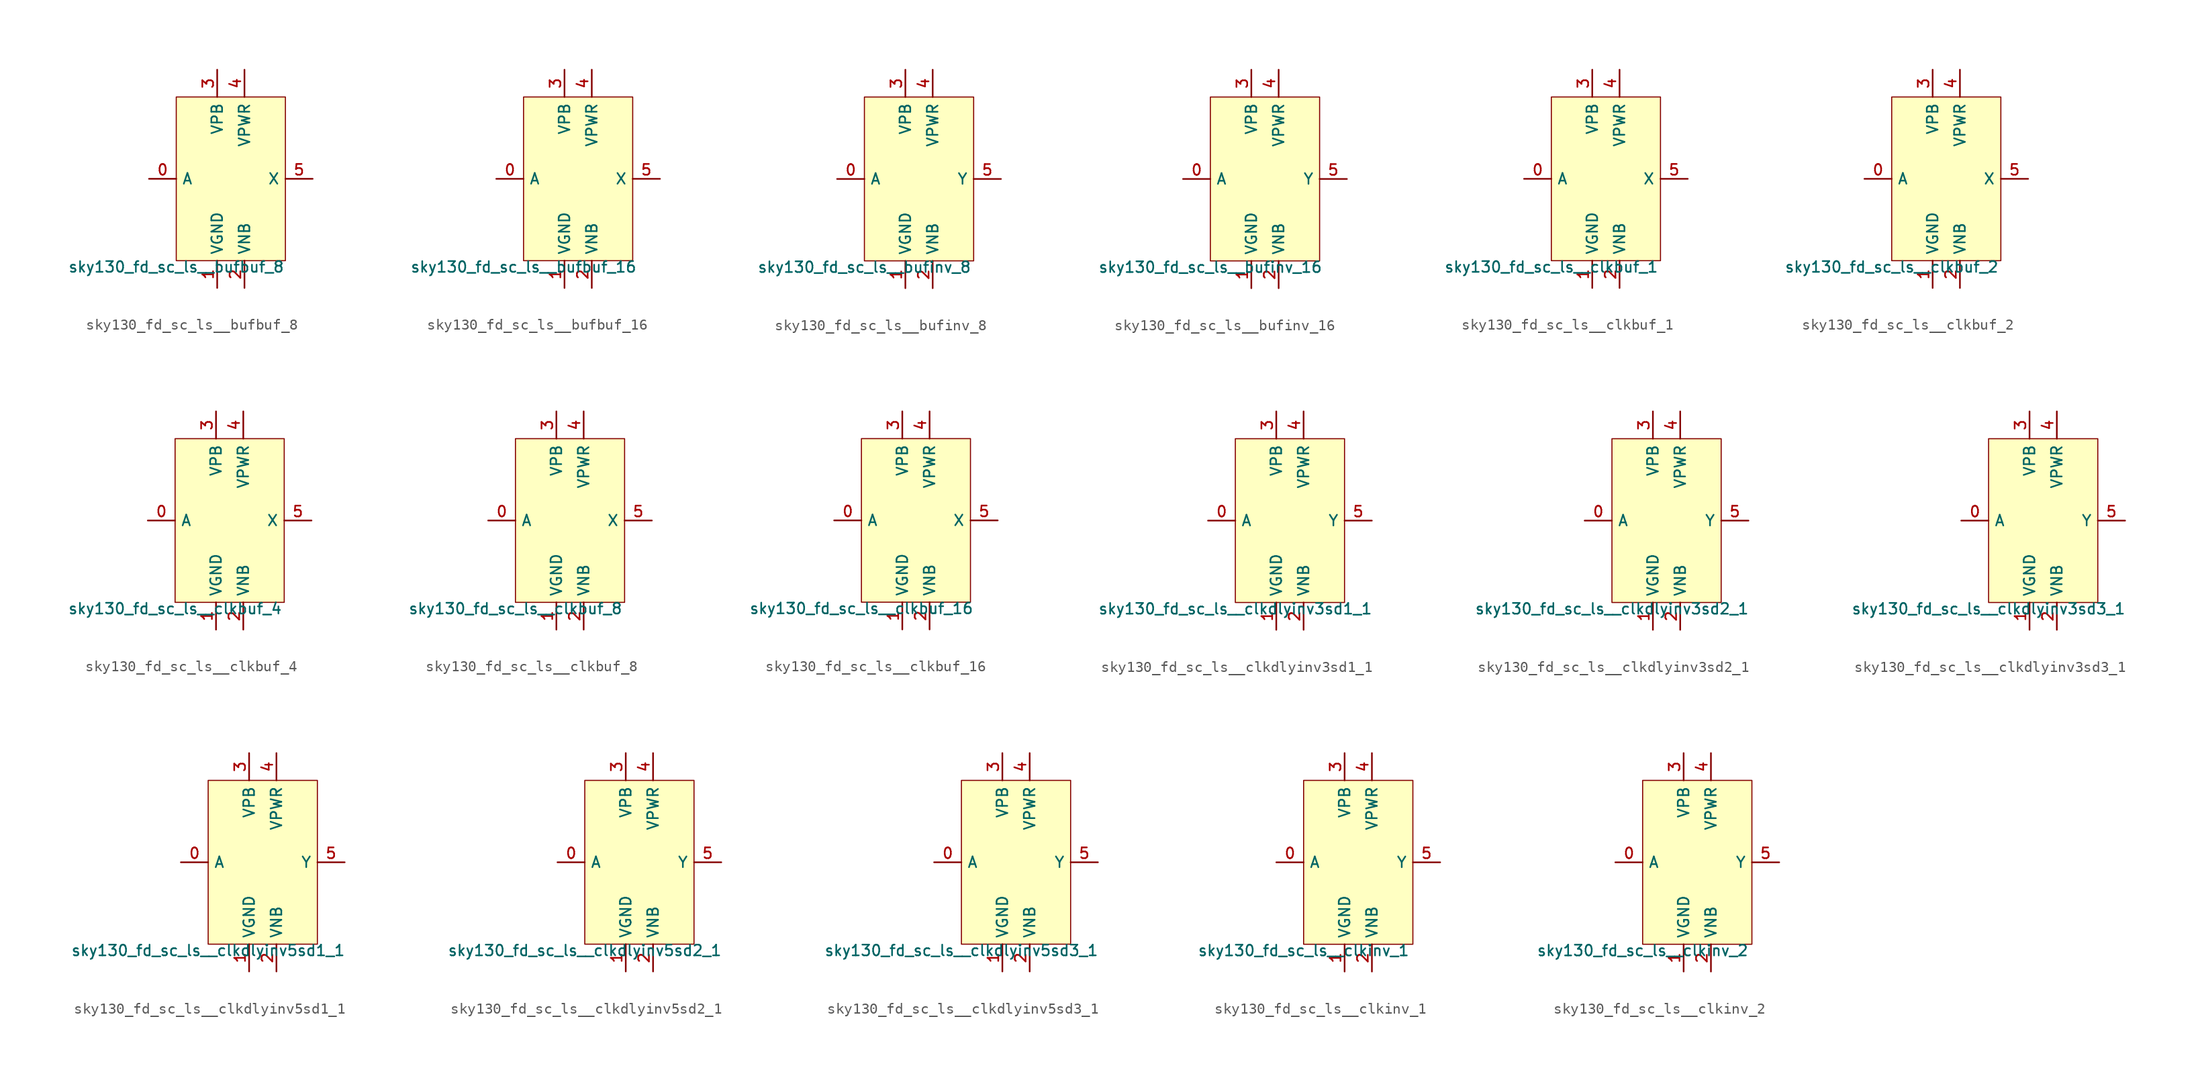
<source format=kicad_sym>
(kicad_symbol_lib
  (version 20211014)
  (generator lef2kicad_sym)
  (symbol "sky130_fd_sc_ls__bufbuf_8"
    (property "Reference" "X"
      (at 0 0 0)
      (effects (font (size 1 1)) hide))
    (property "Value" "sky130_fd_sc_ls__bufbuf_8"
      (at -5.08 -7.62 0)
      (effects (font (size 1 1)) (justify top)))
    (rectangle
      (start -5.08 -7.62)
      (end 5.08 7.62)
      (stroke (width 0.1) (type solid) (color 0 0 0 0))
      (fill (type background)))
    (pin input line
      (at -7.62 0.0 0)
      (length 2.54)
      (name "A" (effects (font (size 1 1)) hide))
      (number "0" (effects (font (size 1 1)) hide)))
    (pin power_in line
      (at -1.27 -10.16 90)
      (length 2.54)
      (name "VGND" (effects (font (size 1 1)) hide))
      (number "1" (effects (font (size 1 1)) hide)))
    (pin power_in line
      (at 1.27 -10.16 90)
      (length 2.54)
      (name "VNB" (effects (font (size 1 1)) hide))
      (number "2" (effects (font (size 1 1)) hide)))
    (pin power_in line
      (at -1.27 10.16 270)
      (length 2.54)
      (name "VPB" (effects (font (size 1 1)) hide))
      (number "3" (effects (font (size 1 1)) hide)))
    (pin power_in line
      (at 1.27 10.16 270)
      (length 2.54)
      (name "VPWR" (effects (font (size 1 1)) hide))
      (number "4" (effects (font (size 1 1)) hide)))
    (pin output line
      (at 7.62 0.0 180)
      (length 2.54)
      (name "X" (effects (font (size 1 1)) hide))
      (number "5" (effects (font (size 1 1)) hide))))
  (symbol "sky130_fd_sc_ls__bufbuf_16"
    (property "Reference" "X"
      (at 0 0 0)
      (effects (font (size 1 1)) hide))
    (property "Value" "sky130_fd_sc_ls__bufbuf_16"
      (at -5.08 -7.62 0)
      (effects (font (size 1 1)) (justify top)))
    (rectangle
      (start -5.08 -7.62)
      (end 5.08 7.62)
      (stroke (width 0.1) (type solid) (color 0 0 0 0))
      (fill (type background)))
    (pin input line
      (at -7.62 0.0 0)
      (length 2.54)
      (name "A" (effects (font (size 1 1)) hide))
      (number "0" (effects (font (size 1 1)) hide)))
    (pin power_in line
      (at -1.27 -10.16 90)
      (length 2.54)
      (name "VGND" (effects (font (size 1 1)) hide))
      (number "1" (effects (font (size 1 1)) hide)))
    (pin power_in line
      (at 1.27 -10.16 90)
      (length 2.54)
      (name "VNB" (effects (font (size 1 1)) hide))
      (number "2" (effects (font (size 1 1)) hide)))
    (pin power_in line
      (at -1.27 10.16 270)
      (length 2.54)
      (name "VPB" (effects (font (size 1 1)) hide))
      (number "3" (effects (font (size 1 1)) hide)))
    (pin power_in line
      (at 1.27 10.16 270)
      (length 2.54)
      (name "VPWR" (effects (font (size 1 1)) hide))
      (number "4" (effects (font (size 1 1)) hide)))
    (pin output line
      (at 7.62 0.0 180)
      (length 2.54)
      (name "X" (effects (font (size 1 1)) hide))
      (number "5" (effects (font (size 1 1)) hide))))
  (symbol "sky130_fd_sc_ls__bufinv_8"
    (property "Reference" "X"
      (at 0 0 0)
      (effects (font (size 1 1)) hide))
    (property "Value" "sky130_fd_sc_ls__bufinv_8"
      (at -5.08 -7.62 0)
      (effects (font (size 1 1)) (justify top)))
    (rectangle
      (start -5.08 -7.62)
      (end 5.08 7.62)
      (stroke (width 0.1) (type solid) (color 0 0 0 0))
      (fill (type background)))
    (pin input line
      (at -7.62 0.0 0)
      (length 2.54)
      (name "A" (effects (font (size 1 1)) hide))
      (number "0" (effects (font (size 1 1)) hide)))
    (pin power_in line
      (at -1.27 -10.16 90)
      (length 2.54)
      (name "VGND" (effects (font (size 1 1)) hide))
      (number "1" (effects (font (size 1 1)) hide)))
    (pin power_in line
      (at 1.27 -10.16 90)
      (length 2.54)
      (name "VNB" (effects (font (size 1 1)) hide))
      (number "2" (effects (font (size 1 1)) hide)))
    (pin power_in line
      (at -1.27 10.16 270)
      (length 2.54)
      (name "VPB" (effects (font (size 1 1)) hide))
      (number "3" (effects (font (size 1 1)) hide)))
    (pin power_in line
      (at 1.27 10.16 270)
      (length 2.54)
      (name "VPWR" (effects (font (size 1 1)) hide))
      (number "4" (effects (font (size 1 1)) hide)))
    (pin output line
      (at 7.62 0.0 180)
      (length 2.54)
      (name "Y" (effects (font (size 1 1)) hide))
      (number "5" (effects (font (size 1 1)) hide))))
  (symbol "sky130_fd_sc_ls__bufinv_16"
    (property "Reference" "X"
      (at 0 0 0)
      (effects (font (size 1 1)) hide))
    (property "Value" "sky130_fd_sc_ls__bufinv_16"
      (at -5.08 -7.62 0)
      (effects (font (size 1 1)) (justify top)))
    (rectangle
      (start -5.08 -7.62)
      (end 5.08 7.62)
      (stroke (width 0.1) (type solid) (color 0 0 0 0))
      (fill (type background)))
    (pin input line
      (at -7.62 0.0 0)
      (length 2.54)
      (name "A" (effects (font (size 1 1)) hide))
      (number "0" (effects (font (size 1 1)) hide)))
    (pin power_in line
      (at -1.27 -10.16 90)
      (length 2.54)
      (name "VGND" (effects (font (size 1 1)) hide))
      (number "1" (effects (font (size 1 1)) hide)))
    (pin power_in line
      (at 1.27 -10.16 90)
      (length 2.54)
      (name "VNB" (effects (font (size 1 1)) hide))
      (number "2" (effects (font (size 1 1)) hide)))
    (pin power_in line
      (at -1.27 10.16 270)
      (length 2.54)
      (name "VPB" (effects (font (size 1 1)) hide))
      (number "3" (effects (font (size 1 1)) hide)))
    (pin power_in line
      (at 1.27 10.16 270)
      (length 2.54)
      (name "VPWR" (effects (font (size 1 1)) hide))
      (number "4" (effects (font (size 1 1)) hide)))
    (pin output line
      (at 7.62 0.0 180)
      (length 2.54)
      (name "Y" (effects (font (size 1 1)) hide))
      (number "5" (effects (font (size 1 1)) hide))))
  (symbol "sky130_fd_sc_ls__clkbuf_1"
    (property "Reference" "X"
      (at 0 0 0)
      (effects (font (size 1 1)) hide))
    (property "Value" "sky130_fd_sc_ls__clkbuf_1"
      (at -5.08 -7.62 0)
      (effects (font (size 1 1)) (justify top)))
    (rectangle
      (start -5.08 -7.62)
      (end 5.08 7.62)
      (stroke (width 0.1) (type solid) (color 0 0 0 0))
      (fill (type background)))
    (pin input line
      (at -7.62 0.0 0)
      (length 2.54)
      (name "A" (effects (font (size 1 1)) hide))
      (number "0" (effects (font (size 1 1)) hide)))
    (pin power_in line
      (at -1.27 -10.16 90)
      (length 2.54)
      (name "VGND" (effects (font (size 1 1)) hide))
      (number "1" (effects (font (size 1 1)) hide)))
    (pin power_in line
      (at 1.27 -10.16 90)
      (length 2.54)
      (name "VNB" (effects (font (size 1 1)) hide))
      (number "2" (effects (font (size 1 1)) hide)))
    (pin power_in line
      (at -1.27 10.16 270)
      (length 2.54)
      (name "VPB" (effects (font (size 1 1)) hide))
      (number "3" (effects (font (size 1 1)) hide)))
    (pin power_in line
      (at 1.27 10.16 270)
      (length 2.54)
      (name "VPWR" (effects (font (size 1 1)) hide))
      (number "4" (effects (font (size 1 1)) hide)))
    (pin output line
      (at 7.62 0.0 180)
      (length 2.54)
      (name "X" (effects (font (size 1 1)) hide))
      (number "5" (effects (font (size 1 1)) hide))))
  (symbol "sky130_fd_sc_ls__clkbuf_2"
    (property "Reference" "X"
      (at 0 0 0)
      (effects (font (size 1 1)) hide))
    (property "Value" "sky130_fd_sc_ls__clkbuf_2"
      (at -5.08 -7.62 0)
      (effects (font (size 1 1)) (justify top)))
    (rectangle
      (start -5.08 -7.62)
      (end 5.08 7.62)
      (stroke (width 0.1) (type solid) (color 0 0 0 0))
      (fill (type background)))
    (pin input line
      (at -7.62 0.0 0)
      (length 2.54)
      (name "A" (effects (font (size 1 1)) hide))
      (number "0" (effects (font (size 1 1)) hide)))
    (pin power_in line
      (at -1.27 -10.16 90)
      (length 2.54)
      (name "VGND" (effects (font (size 1 1)) hide))
      (number "1" (effects (font (size 1 1)) hide)))
    (pin power_in line
      (at 1.27 -10.16 90)
      (length 2.54)
      (name "VNB" (effects (font (size 1 1)) hide))
      (number "2" (effects (font (size 1 1)) hide)))
    (pin power_in line
      (at -1.27 10.16 270)
      (length 2.54)
      (name "VPB" (effects (font (size 1 1)) hide))
      (number "3" (effects (font (size 1 1)) hide)))
    (pin power_in line
      (at 1.27 10.16 270)
      (length 2.54)
      (name "VPWR" (effects (font (size 1 1)) hide))
      (number "4" (effects (font (size 1 1)) hide)))
    (pin output line
      (at 7.62 0.0 180)
      (length 2.54)
      (name "X" (effects (font (size 1 1)) hide))
      (number "5" (effects (font (size 1 1)) hide))))
  (symbol "sky130_fd_sc_ls__clkbuf_4"
    (property "Reference" "X"
      (at 0 0 0)
      (effects (font (size 1 1)) hide))
    (property "Value" "sky130_fd_sc_ls__clkbuf_4"
      (at -5.08 -7.62 0)
      (effects (font (size 1 1)) (justify top)))
    (rectangle
      (start -5.08 -7.62)
      (end 5.08 7.62)
      (stroke (width 0.1) (type solid) (color 0 0 0 0))
      (fill (type background)))
    (pin input line
      (at -7.62 0.0 0)
      (length 2.54)
      (name "A" (effects (font (size 1 1)) hide))
      (number "0" (effects (font (size 1 1)) hide)))
    (pin power_in line
      (at -1.27 -10.16 90)
      (length 2.54)
      (name "VGND" (effects (font (size 1 1)) hide))
      (number "1" (effects (font (size 1 1)) hide)))
    (pin power_in line
      (at 1.27 -10.16 90)
      (length 2.54)
      (name "VNB" (effects (font (size 1 1)) hide))
      (number "2" (effects (font (size 1 1)) hide)))
    (pin power_in line
      (at -1.27 10.16 270)
      (length 2.54)
      (name "VPB" (effects (font (size 1 1)) hide))
      (number "3" (effects (font (size 1 1)) hide)))
    (pin power_in line
      (at 1.27 10.16 270)
      (length 2.54)
      (name "VPWR" (effects (font (size 1 1)) hide))
      (number "4" (effects (font (size 1 1)) hide)))
    (pin output line
      (at 7.62 0.0 180)
      (length 2.54)
      (name "X" (effects (font (size 1 1)) hide))
      (number "5" (effects (font (size 1 1)) hide))))
  (symbol "sky130_fd_sc_ls__clkbuf_8"
    (property "Reference" "X"
      (at 0 0 0)
      (effects (font (size 1 1)) hide))
    (property "Value" "sky130_fd_sc_ls__clkbuf_8"
      (at -5.08 -7.62 0)
      (effects (font (size 1 1)) (justify top)))
    (rectangle
      (start -5.08 -7.62)
      (end 5.08 7.62)
      (stroke (width 0.1) (type solid) (color 0 0 0 0))
      (fill (type background)))
    (pin input line
      (at -7.62 0.0 0)
      (length 2.54)
      (name "A" (effects (font (size 1 1)) hide))
      (number "0" (effects (font (size 1 1)) hide)))
    (pin power_in line
      (at -1.27 -10.16 90)
      (length 2.54)
      (name "VGND" (effects (font (size 1 1)) hide))
      (number "1" (effects (font (size 1 1)) hide)))
    (pin power_in line
      (at 1.27 -10.16 90)
      (length 2.54)
      (name "VNB" (effects (font (size 1 1)) hide))
      (number "2" (effects (font (size 1 1)) hide)))
    (pin power_in line
      (at -1.27 10.16 270)
      (length 2.54)
      (name "VPB" (effects (font (size 1 1)) hide))
      (number "3" (effects (font (size 1 1)) hide)))
    (pin power_in line
      (at 1.27 10.16 270)
      (length 2.54)
      (name "VPWR" (effects (font (size 1 1)) hide))
      (number "4" (effects (font (size 1 1)) hide)))
    (pin output line
      (at 7.62 0.0 180)
      (length 2.54)
      (name "X" (effects (font (size 1 1)) hide))
      (number "5" (effects (font (size 1 1)) hide))))
  (symbol "sky130_fd_sc_ls__clkbuf_16"
    (property "Reference" "X"
      (at 0 0 0)
      (effects (font (size 1 1)) hide))
    (property "Value" "sky130_fd_sc_ls__clkbuf_16"
      (at -5.08 -7.62 0)
      (effects (font (size 1 1)) (justify top)))
    (rectangle
      (start -5.08 -7.62)
      (end 5.08 7.62)
      (stroke (width 0.1) (type solid) (color 0 0 0 0))
      (fill (type background)))
    (pin input line
      (at -7.62 0.0 0)
      (length 2.54)
      (name "A" (effects (font (size 1 1)) hide))
      (number "0" (effects (font (size 1 1)) hide)))
    (pin power_in line
      (at -1.27 -10.16 90)
      (length 2.54)
      (name "VGND" (effects (font (size 1 1)) hide))
      (number "1" (effects (font (size 1 1)) hide)))
    (pin power_in line
      (at 1.27 -10.16 90)
      (length 2.54)
      (name "VNB" (effects (font (size 1 1)) hide))
      (number "2" (effects (font (size 1 1)) hide)))
    (pin power_in line
      (at -1.27 10.16 270)
      (length 2.54)
      (name "VPB" (effects (font (size 1 1)) hide))
      (number "3" (effects (font (size 1 1)) hide)))
    (pin power_in line
      (at 1.27 10.16 270)
      (length 2.54)
      (name "VPWR" (effects (font (size 1 1)) hide))
      (number "4" (effects (font (size 1 1)) hide)))
    (pin output line
      (at 7.62 0.0 180)
      (length 2.54)
      (name "X" (effects (font (size 1 1)) hide))
      (number "5" (effects (font (size 1 1)) hide))))
  (symbol "sky130_fd_sc_ls__clkdlyinv3sd1_1"
    (property "Reference" "X"
      (at 0 0 0)
      (effects (font (size 1 1)) hide))
    (property "Value" "sky130_fd_sc_ls__clkdlyinv3sd1_1"
      (at -5.08 -7.62 0)
      (effects (font (size 1 1)) (justify top)))
    (rectangle
      (start -5.08 -7.62)
      (end 5.08 7.62)
      (stroke (width 0.1) (type solid) (color 0 0 0 0))
      (fill (type background)))
    (pin input line
      (at -7.62 0.0 0)
      (length 2.54)
      (name "A" (effects (font (size 1 1)) hide))
      (number "0" (effects (font (size 1 1)) hide)))
    (pin power_in line
      (at -1.27 -10.16 90)
      (length 2.54)
      (name "VGND" (effects (font (size 1 1)) hide))
      (number "1" (effects (font (size 1 1)) hide)))
    (pin power_in line
      (at 1.27 -10.16 90)
      (length 2.54)
      (name "VNB" (effects (font (size 1 1)) hide))
      (number "2" (effects (font (size 1 1)) hide)))
    (pin power_in line
      (at -1.27 10.16 270)
      (length 2.54)
      (name "VPB" (effects (font (size 1 1)) hide))
      (number "3" (effects (font (size 1 1)) hide)))
    (pin power_in line
      (at 1.27 10.16 270)
      (length 2.54)
      (name "VPWR" (effects (font (size 1 1)) hide))
      (number "4" (effects (font (size 1 1)) hide)))
    (pin output line
      (at 7.62 0.0 180)
      (length 2.54)
      (name "Y" (effects (font (size 1 1)) hide))
      (number "5" (effects (font (size 1 1)) hide))))
  (symbol "sky130_fd_sc_ls__clkdlyinv3sd2_1"
    (property "Reference" "X"
      (at 0 0 0)
      (effects (font (size 1 1)) hide))
    (property "Value" "sky130_fd_sc_ls__clkdlyinv3sd2_1"
      (at -5.08 -7.62 0)
      (effects (font (size 1 1)) (justify top)))
    (rectangle
      (start -5.08 -7.62)
      (end 5.08 7.62)
      (stroke (width 0.1) (type solid) (color 0 0 0 0))
      (fill (type background)))
    (pin input line
      (at -7.62 0.0 0)
      (length 2.54)
      (name "A" (effects (font (size 1 1)) hide))
      (number "0" (effects (font (size 1 1)) hide)))
    (pin power_in line
      (at -1.27 -10.16 90)
      (length 2.54)
      (name "VGND" (effects (font (size 1 1)) hide))
      (number "1" (effects (font (size 1 1)) hide)))
    (pin power_in line
      (at 1.27 -10.16 90)
      (length 2.54)
      (name "VNB" (effects (font (size 1 1)) hide))
      (number "2" (effects (font (size 1 1)) hide)))
    (pin power_in line
      (at -1.27 10.16 270)
      (length 2.54)
      (name "VPB" (effects (font (size 1 1)) hide))
      (number "3" (effects (font (size 1 1)) hide)))
    (pin power_in line
      (at 1.27 10.16 270)
      (length 2.54)
      (name "VPWR" (effects (font (size 1 1)) hide))
      (number "4" (effects (font (size 1 1)) hide)))
    (pin output line
      (at 7.62 0.0 180)
      (length 2.54)
      (name "Y" (effects (font (size 1 1)) hide))
      (number "5" (effects (font (size 1 1)) hide))))
  (symbol "sky130_fd_sc_ls__clkdlyinv3sd3_1"
    (property "Reference" "X"
      (at 0 0 0)
      (effects (font (size 1 1)) hide))
    (property "Value" "sky130_fd_sc_ls__clkdlyinv3sd3_1"
      (at -5.08 -7.62 0)
      (effects (font (size 1 1)) (justify top)))
    (rectangle
      (start -5.08 -7.62)
      (end 5.08 7.62)
      (stroke (width 0.1) (type solid) (color 0 0 0 0))
      (fill (type background)))
    (pin input line
      (at -7.62 0.0 0)
      (length 2.54)
      (name "A" (effects (font (size 1 1)) hide))
      (number "0" (effects (font (size 1 1)) hide)))
    (pin power_in line
      (at -1.27 -10.16 90)
      (length 2.54)
      (name "VGND" (effects (font (size 1 1)) hide))
      (number "1" (effects (font (size 1 1)) hide)))
    (pin power_in line
      (at 1.27 -10.16 90)
      (length 2.54)
      (name "VNB" (effects (font (size 1 1)) hide))
      (number "2" (effects (font (size 1 1)) hide)))
    (pin power_in line
      (at -1.27 10.16 270)
      (length 2.54)
      (name "VPB" (effects (font (size 1 1)) hide))
      (number "3" (effects (font (size 1 1)) hide)))
    (pin power_in line
      (at 1.27 10.16 270)
      (length 2.54)
      (name "VPWR" (effects (font (size 1 1)) hide))
      (number "4" (effects (font (size 1 1)) hide)))
    (pin output line
      (at 7.62 0.0 180)
      (length 2.54)
      (name "Y" (effects (font (size 1 1)) hide))
      (number "5" (effects (font (size 1 1)) hide))))
  (symbol "sky130_fd_sc_ls__clkdlyinv5sd1_1"
    (property "Reference" "X"
      (at 0 0 0)
      (effects (font (size 1 1)) hide))
    (property "Value" "sky130_fd_sc_ls__clkdlyinv5sd1_1"
      (at -5.08 -7.62 0)
      (effects (font (size 1 1)) (justify top)))
    (rectangle
      (start -5.08 -7.62)
      (end 5.08 7.62)
      (stroke (width 0.1) (type solid) (color 0 0 0 0))
      (fill (type background)))
    (pin input line
      (at -7.62 0.0 0)
      (length 2.54)
      (name "A" (effects (font (size 1 1)) hide))
      (number "0" (effects (font (size 1 1)) hide)))
    (pin power_in line
      (at -1.27 -10.16 90)
      (length 2.54)
      (name "VGND" (effects (font (size 1 1)) hide))
      (number "1" (effects (font (size 1 1)) hide)))
    (pin power_in line
      (at 1.27 -10.16 90)
      (length 2.54)
      (name "VNB" (effects (font (size 1 1)) hide))
      (number "2" (effects (font (size 1 1)) hide)))
    (pin power_in line
      (at -1.27 10.16 270)
      (length 2.54)
      (name "VPB" (effects (font (size 1 1)) hide))
      (number "3" (effects (font (size 1 1)) hide)))
    (pin power_in line
      (at 1.27 10.16 270)
      (length 2.54)
      (name "VPWR" (effects (font (size 1 1)) hide))
      (number "4" (effects (font (size 1 1)) hide)))
    (pin output line
      (at 7.62 0.0 180)
      (length 2.54)
      (name "Y" (effects (font (size 1 1)) hide))
      (number "5" (effects (font (size 1 1)) hide))))
  (symbol "sky130_fd_sc_ls__clkdlyinv5sd2_1"
    (property "Reference" "X"
      (at 0 0 0)
      (effects (font (size 1 1)) hide))
    (property "Value" "sky130_fd_sc_ls__clkdlyinv5sd2_1"
      (at -5.08 -7.62 0)
      (effects (font (size 1 1)) (justify top)))
    (rectangle
      (start -5.08 -7.62)
      (end 5.08 7.62)
      (stroke (width 0.1) (type solid) (color 0 0 0 0))
      (fill (type background)))
    (pin input line
      (at -7.62 0.0 0)
      (length 2.54)
      (name "A" (effects (font (size 1 1)) hide))
      (number "0" (effects (font (size 1 1)) hide)))
    (pin power_in line
      (at -1.27 -10.16 90)
      (length 2.54)
      (name "VGND" (effects (font (size 1 1)) hide))
      (number "1" (effects (font (size 1 1)) hide)))
    (pin power_in line
      (at 1.27 -10.16 90)
      (length 2.54)
      (name "VNB" (effects (font (size 1 1)) hide))
      (number "2" (effects (font (size 1 1)) hide)))
    (pin power_in line
      (at -1.27 10.16 270)
      (length 2.54)
      (name "VPB" (effects (font (size 1 1)) hide))
      (number "3" (effects (font (size 1 1)) hide)))
    (pin power_in line
      (at 1.27 10.16 270)
      (length 2.54)
      (name "VPWR" (effects (font (size 1 1)) hide))
      (number "4" (effects (font (size 1 1)) hide)))
    (pin output line
      (at 7.62 0.0 180)
      (length 2.54)
      (name "Y" (effects (font (size 1 1)) hide))
      (number "5" (effects (font (size 1 1)) hide))))
  (symbol "sky130_fd_sc_ls__clkdlyinv5sd3_1"
    (property "Reference" "X"
      (at 0 0 0)
      (effects (font (size 1 1)) hide))
    (property "Value" "sky130_fd_sc_ls__clkdlyinv5sd3_1"
      (at -5.08 -7.62 0)
      (effects (font (size 1 1)) (justify top)))
    (rectangle
      (start -5.08 -7.62)
      (end 5.08 7.62)
      (stroke (width 0.1) (type solid) (color 0 0 0 0))
      (fill (type background)))
    (pin input line
      (at -7.62 0.0 0)
      (length 2.54)
      (name "A" (effects (font (size 1 1)) hide))
      (number "0" (effects (font (size 1 1)) hide)))
    (pin power_in line
      (at -1.27 -10.16 90)
      (length 2.54)
      (name "VGND" (effects (font (size 1 1)) hide))
      (number "1" (effects (font (size 1 1)) hide)))
    (pin power_in line
      (at 1.27 -10.16 90)
      (length 2.54)
      (name "VNB" (effects (font (size 1 1)) hide))
      (number "2" (effects (font (size 1 1)) hide)))
    (pin power_in line
      (at -1.27 10.16 270)
      (length 2.54)
      (name "VPB" (effects (font (size 1 1)) hide))
      (number "3" (effects (font (size 1 1)) hide)))
    (pin power_in line
      (at 1.27 10.16 270)
      (length 2.54)
      (name "VPWR" (effects (font (size 1 1)) hide))
      (number "4" (effects (font (size 1 1)) hide)))
    (pin output line
      (at 7.62 0.0 180)
      (length 2.54)
      (name "Y" (effects (font (size 1 1)) hide))
      (number "5" (effects (font (size 1 1)) hide))))
  (symbol "sky130_fd_sc_ls__clkinv_1"
    (property "Reference" "X"
      (at 0 0 0)
      (effects (font (size 1 1)) hide))
    (property "Value" "sky130_fd_sc_ls__clkinv_1"
      (at -5.08 -7.62 0)
      (effects (font (size 1 1)) (justify top)))
    (rectangle
      (start -5.08 -7.62)
      (end 5.08 7.62)
      (stroke (width 0.1) (type solid) (color 0 0 0 0))
      (fill (type background)))
    (pin input line
      (at -7.62 0.0 0)
      (length 2.54)
      (name "A" (effects (font (size 1 1)) hide))
      (number "0" (effects (font (size 1 1)) hide)))
    (pin power_in line
      (at -1.27 -10.16 90)
      (length 2.54)
      (name "VGND" (effects (font (size 1 1)) hide))
      (number "1" (effects (font (size 1 1)) hide)))
    (pin power_in line
      (at 1.27 -10.16 90)
      (length 2.54)
      (name "VNB" (effects (font (size 1 1)) hide))
      (number "2" (effects (font (size 1 1)) hide)))
    (pin power_in line
      (at -1.27 10.16 270)
      (length 2.54)
      (name "VPB" (effects (font (size 1 1)) hide))
      (number "3" (effects (font (size 1 1)) hide)))
    (pin power_in line
      (at 1.27 10.16 270)
      (length 2.54)
      (name "VPWR" (effects (font (size 1 1)) hide))
      (number "4" (effects (font (size 1 1)) hide)))
    (pin output line
      (at 7.62 0.0 180)
      (length 2.54)
      (name "Y" (effects (font (size 1 1)) hide))
      (number "5" (effects (font (size 1 1)) hide))))
  (symbol "sky130_fd_sc_ls__clkinv_2"
    (property "Reference" "X"
      (at 0 0 0)
      (effects (font (size 1 1)) hide))
    (property "Value" "sky130_fd_sc_ls__clkinv_2"
      (at -5.08 -7.62 0)
      (effects (font (size 1 1)) (justify top)))
    (rectangle
      (start -5.08 -7.62)
      (end 5.08 7.62)
      (stroke (width 0.1) (type solid) (color 0 0 0 0))
      (fill (type background)))
    (pin input line
      (at -7.62 0.0 0)
      (length 2.54)
      (name "A" (effects (font (size 1 1)) hide))
      (number "0" (effects (font (size 1 1)) hide)))
    (pin power_in line
      (at -1.27 -10.16 90)
      (length 2.54)
      (name "VGND" (effects (font (size 1 1)) hide))
      (number "1" (effects (font (size 1 1)) hide)))
    (pin power_in line
      (at 1.27 -10.16 90)
      (length 2.54)
      (name "VNB" (effects (font (size 1 1)) hide))
      (number "2" (effects (font (size 1 1)) hide)))
    (pin power_in line
      (at -1.27 10.16 270)
      (length 2.54)
      (name "VPB" (effects (font (size 1 1)) hide))
      (number "3" (effects (font (size 1 1)) hide)))
    (pin power_in line
      (at 1.27 10.16 270)
      (length 2.54)
      (name "VPWR" (effects (font (size 1 1)) hide))
      (number "4" (effects (font (size 1 1)) hide)))
    (pin output line
      (at 7.62 0.0 180)
      (length 2.54)
      (name "Y" (effects (font (size 1 1)) hide))
      (number "5" (effects (font (size 1 1)) hide)))))
</source>
